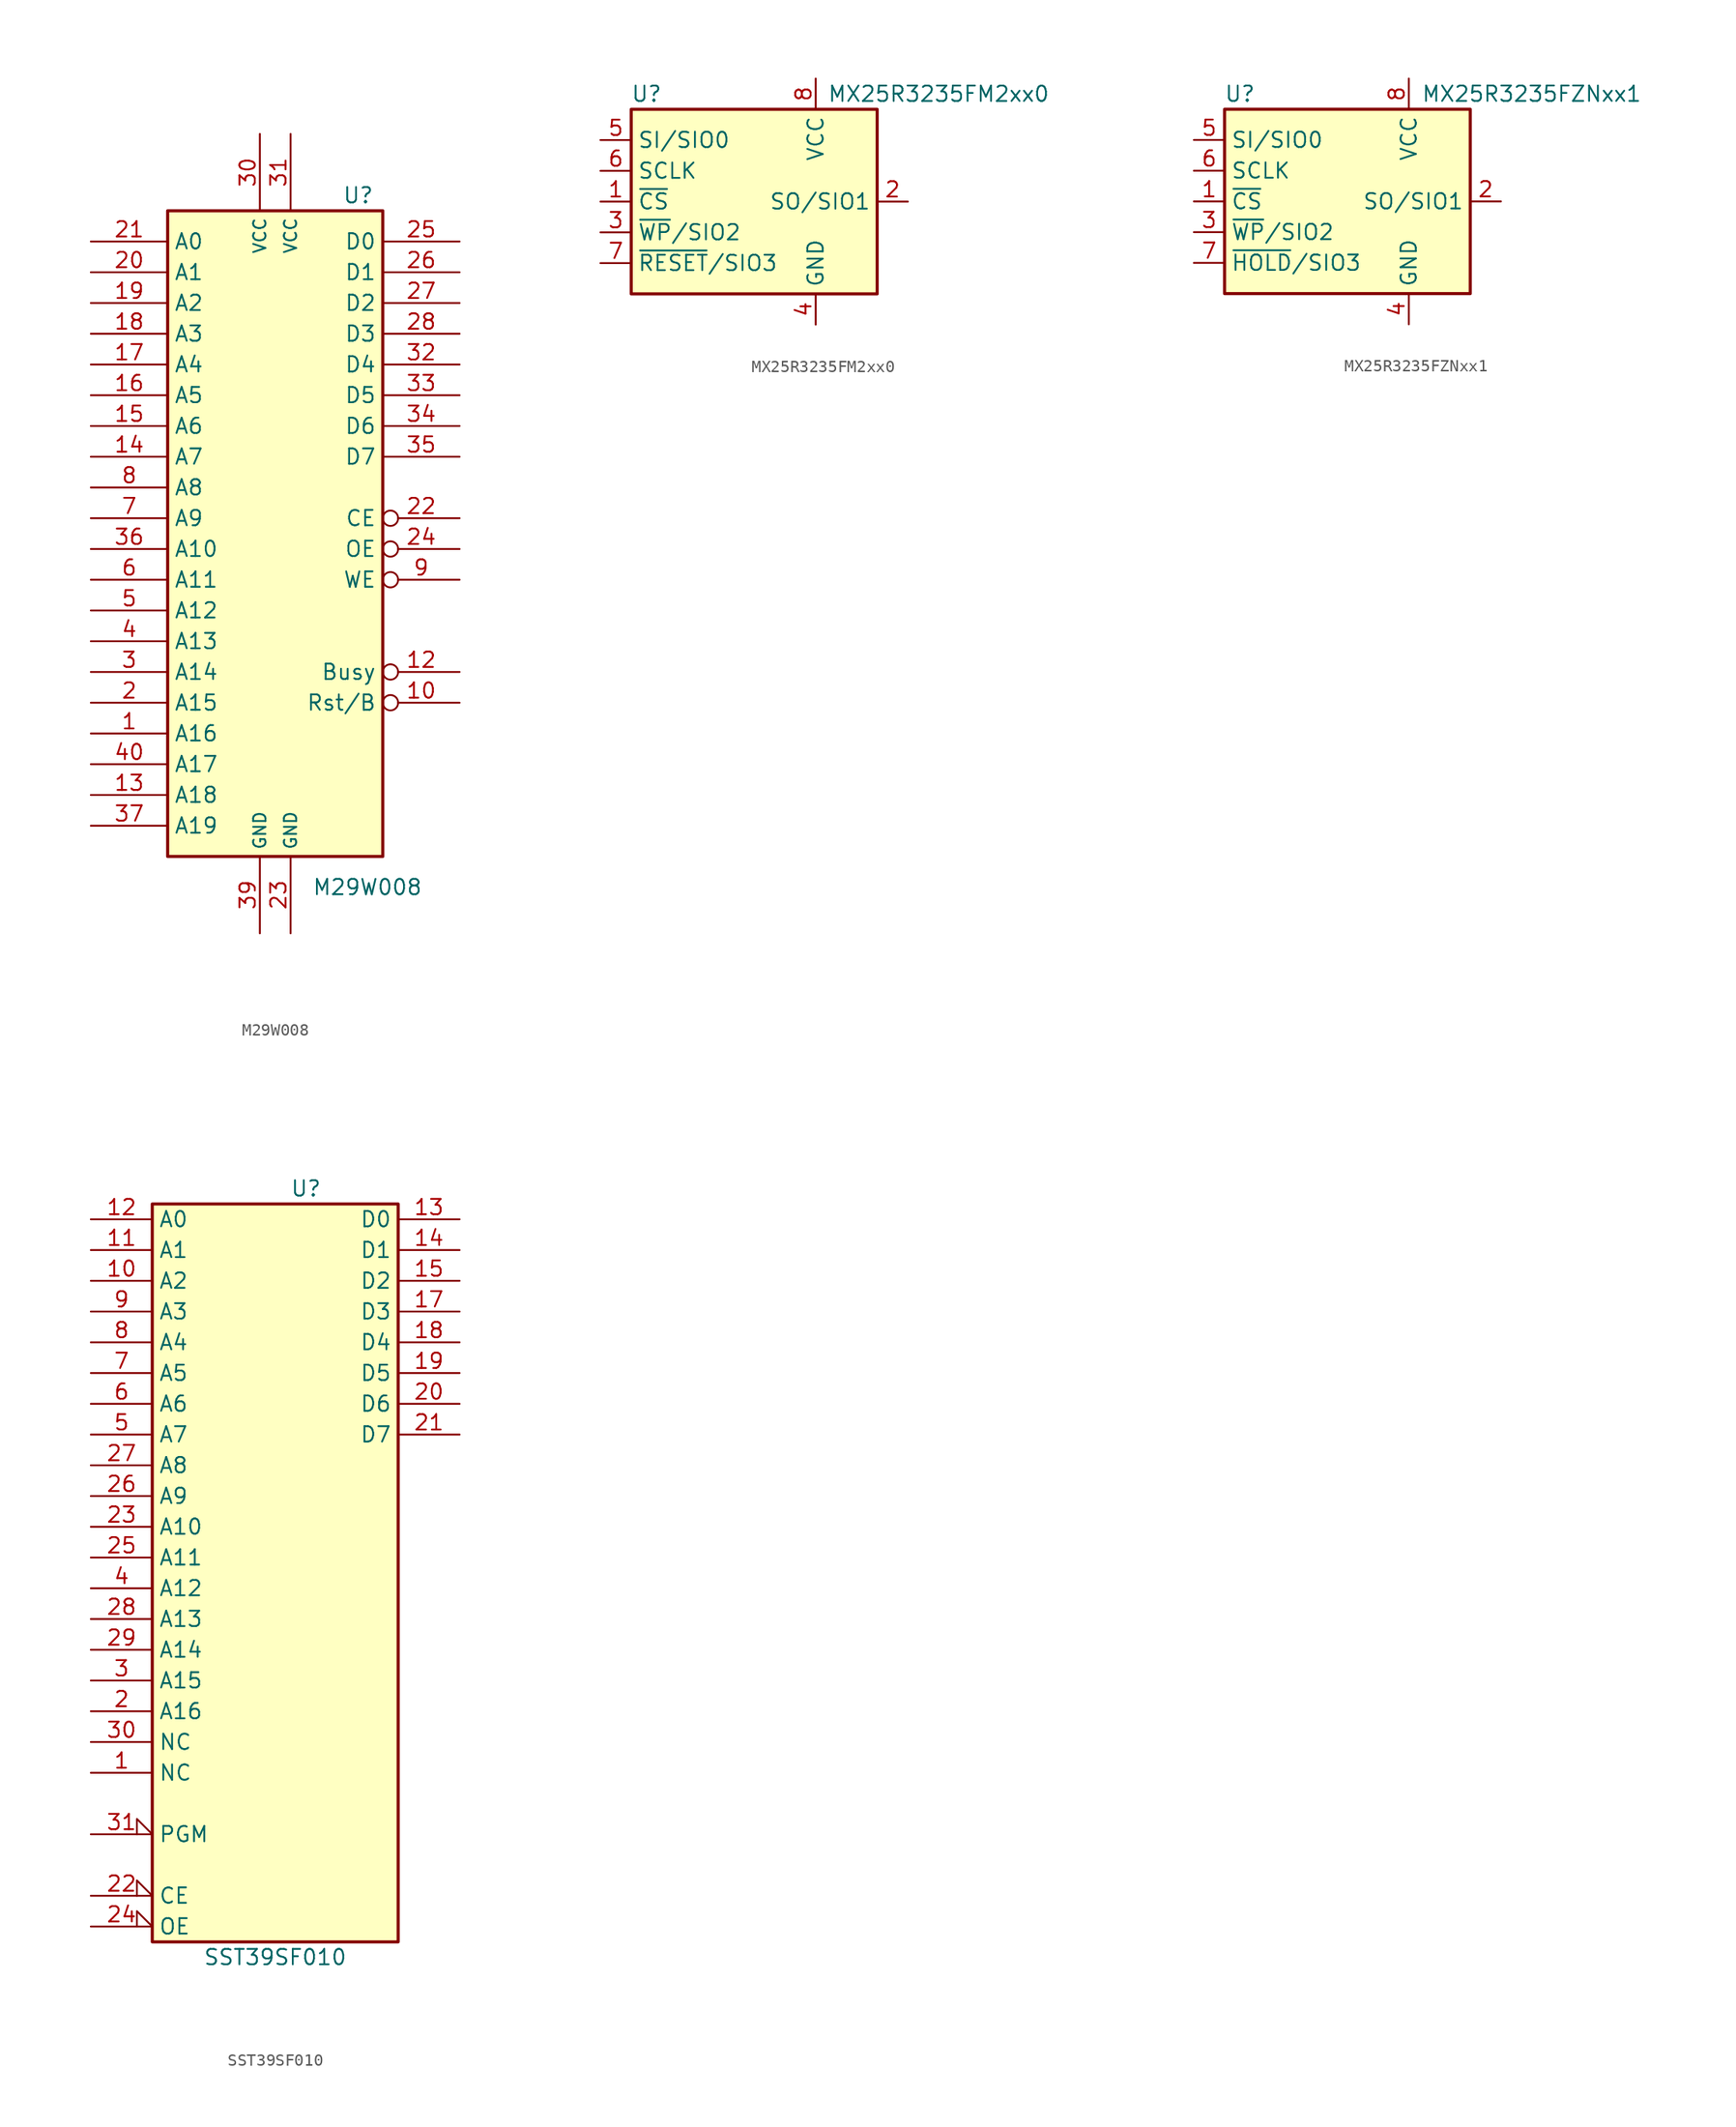
<source format=kicad_sym>
(kicad_symbol_lib
  (version 20211014)
  (generator kicad_symbol_editor)
  (symbol "M29W008"
    (property "Reference" "U"
      (at 6.858 27.94 0)
      (effects (font (size 1.27 1.27))))
    (property "Value" "M29W008"
      (at 7.62 -29.21 0)
      (effects (font (size 1.27 1.27))))
    (symbol "M29W008_0_1"
      (rectangle (start -8.89 26.67) (end 8.89 -26.67) (stroke (width 0.254) (type default) (color 0 0 0 0)) (fill (type background))))
    (symbol "M29W008_1_1"
      (pin input line (at -15.24 -16.51 0) (length 6.35) (name "A16" (effects (font (size 1.27 1.27)))) (number "1" (effects (font (size 1.27 1.27)))))
      (pin input inverted (at 15.24 -13.97 180) (length 6.35) (name "Rst/B" (effects (font (size 1.27 1.27)))) (number "10" (effects (font (size 1.27 1.27)))))
      (pin output inverted (at 15.24 -11.43 180) (length 6.35) (name "Busy" (effects (font (size 1.27 1.27)))) (number "12" (effects (font (size 1.27 1.27)))))
      (pin input line (at -15.24 -21.59 0) (length 6.35) (name "A18" (effects (font (size 1.27 1.27)))) (number "13" (effects (font (size 1.27 1.27)))))
      (pin input line (at -15.24 6.35 0) (length 6.35) (name "A7" (effects (font (size 1.27 1.27)))) (number "14" (effects (font (size 1.27 1.27)))))
      (pin input line (at -15.24 8.89 0) (length 6.35) (name "A6" (effects (font (size 1.27 1.27)))) (number "15" (effects (font (size 1.27 1.27)))))
      (pin input line (at -15.24 11.43 0) (length 6.35) (name "A5" (effects (font (size 1.27 1.27)))) (number "16" (effects (font (size 1.27 1.27)))))
      (pin input line (at -15.24 13.97 0) (length 6.35) (name "A4" (effects (font (size 1.27 1.27)))) (number "17" (effects (font (size 1.27 1.27)))))
      (pin input line (at -15.24 16.51 0) (length 6.35) (name "A3" (effects (font (size 1.27 1.27)))) (number "18" (effects (font (size 1.27 1.27)))))
      (pin input line (at -15.24 19.05 0) (length 6.35) (name "A2" (effects (font (size 1.27 1.27)))) (number "19" (effects (font (size 1.27 1.27)))))
      (pin input line (at -15.24 -13.97 0) (length 6.35) (name "A15" (effects (font (size 1.27 1.27)))) (number "2" (effects (font (size 1.27 1.27)))))
      (pin input line (at -15.24 21.59 0) (length 6.35) (name "A1" (effects (font (size 1.27 1.27)))) (number "20" (effects (font (size 1.27 1.27)))))
      (pin input line (at -15.24 24.13 0) (length 6.35) (name "A0" (effects (font (size 1.27 1.27)))) (number "21" (effects (font (size 1.27 1.27)))))
      (pin input inverted (at 15.24 1.27 180) (length 6.35) (name "CE" (effects (font (size 1.27 1.27)))) (number "22" (effects (font (size 1.27 1.27)))))
      (pin power_in line (at 1.27 -33.02 90) (length 6.35) (name "GND" (effects (font (size 1.016 1.016)))) (number "23" (effects (font (size 1.27 1.27)))))
      (pin input inverted (at 15.24 -1.27 180) (length 6.35) (name "OE" (effects (font (size 1.27 1.27)))) (number "24" (effects (font (size 1.27 1.27)))))
      (pin tri_state line (at 15.24 24.13 180) (length 6.35) (name "D0" (effects (font (size 1.27 1.27)))) (number "25" (effects (font (size 1.27 1.27)))))
      (pin tri_state line (at 15.24 21.59 180) (length 6.35) (name "D1" (effects (font (size 1.27 1.27)))) (number "26" (effects (font (size 1.27 1.27)))))
      (pin tri_state line (at 15.24 19.05 180) (length 6.35) (name "D2" (effects (font (size 1.27 1.27)))) (number "27" (effects (font (size 1.27 1.27)))))
      (pin tri_state line (at 15.24 16.51 180) (length 6.35) (name "D3" (effects (font (size 1.27 1.27)))) (number "28" (effects (font (size 1.27 1.27)))))
      (pin input line (at -15.24 -11.43 0) (length 6.35) (name "A14" (effects (font (size 1.27 1.27)))) (number "3" (effects (font (size 1.27 1.27)))))
      (pin power_in line (at -1.27 33.02 270) (length 6.35) (name "VCC" (effects (font (size 1.016 1.016)))) (number "30" (effects (font (size 1.27 1.27)))))
      (pin power_in line (at 1.27 33.02 270) (length 6.35) (name "VCC" (effects (font (size 1.016 1.016)))) (number "31" (effects (font (size 1.27 1.27)))))
      (pin tri_state line (at 15.24 13.97 180) (length 6.35) (name "D4" (effects (font (size 1.27 1.27)))) (number "32" (effects (font (size 1.27 1.27)))))
      (pin tri_state line (at 15.24 11.43 180) (length 6.35) (name "D5" (effects (font (size 1.27 1.27)))) (number "33" (effects (font (size 1.27 1.27)))))
      (pin tri_state line (at 15.24 8.89 180) (length 6.35) (name "D6" (effects (font (size 1.27 1.27)))) (number "34" (effects (font (size 1.27 1.27)))))
      (pin tri_state line (at 15.24 6.35 180) (length 6.35) (name "D7" (effects (font (size 1.27 1.27)))) (number "35" (effects (font (size 1.27 1.27)))))
      (pin input line (at -15.24 -1.27 0) (length 6.35) (name "A10" (effects (font (size 1.27 1.27)))) (number "36" (effects (font (size 1.27 1.27)))))
      (pin input line (at -15.24 -24.13 0) (length 6.35) (name "A19" (effects (font (size 1.27 1.27)))) (number "37" (effects (font (size 1.27 1.27)))))
      (pin power_in line (at -1.27 -33.02 90) (length 6.35) (name "GND" (effects (font (size 1.016 1.016)))) (number "39" (effects (font (size 1.27 1.27)))))
      (pin input line (at -15.24 -8.89 0) (length 6.35) (name "A13" (effects (font (size 1.27 1.27)))) (number "4" (effects (font (size 1.27 1.27)))))
      (pin input line (at -15.24 -19.05 0) (length 6.35) (name "A17" (effects (font (size 1.27 1.27)))) (number "40" (effects (font (size 1.27 1.27)))))
      (pin input line (at -15.24 -6.35 0) (length 6.35) (name "A12" (effects (font (size 1.27 1.27)))) (number "5" (effects (font (size 1.27 1.27)))))
      (pin input line (at -15.24 -3.81 0) (length 6.35) (name "A11" (effects (font (size 1.27 1.27)))) (number "6" (effects (font (size 1.27 1.27)))))
      (pin input line (at -15.24 1.27 0) (length 6.35) (name "A9" (effects (font (size 1.27 1.27)))) (number "7" (effects (font (size 1.27 1.27)))))
      (pin input line (at -15.24 3.81 0) (length 6.35) (name "A8" (effects (font (size 1.27 1.27)))) (number "8" (effects (font (size 1.27 1.27)))))
      (pin input inverted (at 15.24 -3.81 180) (length 6.35) (name "WE" (effects (font (size 1.27 1.27)))) (number "9" (effects (font (size 1.27 1.27)))))))
  (symbol "MX25R3235FM2xx0"
    (property "Reference" "U"
      (at -8.89 8.89 0)
      (effects (font (size 1.27 1.27))))
    (property "Value" "MX25R3235FM2xx0"
      (at 15.24 8.89 0)
      (effects (font (size 1.27 1.27))))
    (symbol "MX25R3235FM2xx0_1_1"
      (rectangle (start -10.16 7.62) (end 10.16 -7.62) (stroke (width 0.254) (type default) (color 0 0 0 0)) (fill (type background)))
      (pin input line (at -12.7 0 0) (length 2.54) (name "~{CS}" (effects (font (size 1.27 1.27)))) (number "1" (effects (font (size 1.27 1.27)))))
      (pin bidirectional line (at 12.7 0 180) (length 2.54) (name "SO/SIO1" (effects (font (size 1.27 1.27)))) (number "2" (effects (font (size 1.27 1.27)))))
      (pin bidirectional line (at -12.7 -2.54 0) (length 2.54) (name "~{WP}/SIO2" (effects (font (size 1.27 1.27)))) (number "3" (effects (font (size 1.27 1.27)))))
      (pin power_in line (at 5.08 -10.16 90) (length 2.54) (name "GND" (effects (font (size 1.27 1.27)))) (number "4" (effects (font (size 1.27 1.27)))))
      (pin bidirectional line (at -12.7 5.08 0) (length 2.54) (name "SI/SIO0" (effects (font (size 1.27 1.27)))) (number "5" (effects (font (size 1.27 1.27)))))
      (pin input line (at -12.7 2.54 0) (length 2.54) (name "SCLK" (effects (font (size 1.27 1.27)))) (number "6" (effects (font (size 1.27 1.27)))))
      (pin bidirectional line (at -12.7 -5.08 0) (length 2.54) (name "~{RESET}/SIO3" (effects (font (size 1.27 1.27)))) (number "7" (effects (font (size 1.27 1.27)))))
      (pin power_in line (at 5.08 10.16 270) (length 2.54) (name "VCC" (effects (font (size 1.27 1.27)))) (number "8" (effects (font (size 1.27 1.27)))))))
  (symbol "MX25R3235FZNxx1"
    (property "Reference" "U"
      (at -8.89 8.89 0)
      (effects (font (size 1.27 1.27))))
    (property "Value" "MX25R3235FZNxx1"
      (at 15.24 8.89 0)
      (effects (font (size 1.27 1.27))))
    (symbol "MX25R3235FZNxx1_1_1"
      (rectangle (start -10.16 7.62) (end 10.16 -7.62) (stroke (width 0.254) (type default) (color 0 0 0 0)) (fill (type background)))
      (pin input line (at -12.7 0 0) (length 2.54) (name "~{CS}" (effects (font (size 1.27 1.27)))) (number "1" (effects (font (size 1.27 1.27)))))
      (pin bidirectional line (at 12.7 0 180) (length 2.54) (name "SO/SIO1" (effects (font (size 1.27 1.27)))) (number "2" (effects (font (size 1.27 1.27)))))
      (pin bidirectional line (at -12.7 -2.54 0) (length 2.54) (name "~{WP}/SIO2" (effects (font (size 1.27 1.27)))) (number "3" (effects (font (size 1.27 1.27)))))
      (pin power_in line (at 5.08 -10.16 90) (length 2.54) (name "GND" (effects (font (size 1.27 1.27)))) (number "4" (effects (font (size 1.27 1.27)))))
      (pin bidirectional line (at -12.7 5.08 0) (length 2.54) (name "SI/SIO0" (effects (font (size 1.27 1.27)))) (number "5" (effects (font (size 1.27 1.27)))))
      (pin input line (at -12.7 2.54 0) (length 2.54) (name "SCLK" (effects (font (size 1.27 1.27)))) (number "6" (effects (font (size 1.27 1.27)))))
      (pin bidirectional line (at -12.7 -5.08 0) (length 2.54) (name "~{HOLD}/SIO3" (effects (font (size 1.27 1.27)))) (number "7" (effects (font (size 1.27 1.27)))))
      (pin power_in line (at 5.08 10.16 270) (length 2.54) (name "VCC" (effects (font (size 1.27 1.27)))) (number "8" (effects (font (size 1.27 1.27)))))
      (pin passive line (at 5.08 -10.16 90) (length 2.54) hide (name "GND" (effects (font (size 1.27 1.27)))) (number "9" (effects (font (size 1.27 1.27)))))))
  (symbol "SST39SF010"
    (property "Reference" "U"
      (at 2.54 33.02 0)
      (effects (font (size 1.27 1.27))))
    (property "Value" "SST39SF010"
      (at 0 -30.48 0)
      (effects (font (size 1.27 1.27))))
    (symbol "SST39SF010_0_0"
      (pin power_in line (at 0 -30.48 90) (length 1.27) hide (name "GND" (effects (font (size 1.27 1.27)))) (number "16" (effects (font (size 1.27 1.27)))))
      (pin power_in line (at 0 33.02 270) (length 1.27) hide (name "VCC" (effects (font (size 1.27 1.27)))) (number "32" (effects (font (size 1.27 1.27))))))
    (symbol "SST39SF010_0_1"
      (rectangle (start -10.16 31.75) (end 10.16 -29.21) (stroke (width 0.254) (type default) (color 0 0 0 0)) (fill (type background))))
    (symbol "SST39SF010_1_1"
      (pin input line (at -15.24 -15.24 0) (length 5.08) (name "NC" (effects (font (size 1.27 1.27)))) (number "1" (effects (font (size 1.27 1.27)))))
      (pin input line (at -15.24 25.4 0) (length 5.08) (name "A2" (effects (font (size 1.27 1.27)))) (number "10" (effects (font (size 1.27 1.27)))))
      (pin input line (at -15.24 27.94 0) (length 5.08) (name "A1" (effects (font (size 1.27 1.27)))) (number "11" (effects (font (size 1.27 1.27)))))
      (pin input line (at -15.24 30.48 0) (length 5.08) (name "A0" (effects (font (size 1.27 1.27)))) (number "12" (effects (font (size 1.27 1.27)))))
      (pin tri_state line (at 15.24 30.48 180) (length 5.08) (name "D0" (effects (font (size 1.27 1.27)))) (number "13" (effects (font (size 1.27 1.27)))))
      (pin tri_state line (at 15.24 27.94 180) (length 5.08) (name "D1" (effects (font (size 1.27 1.27)))) (number "14" (effects (font (size 1.27 1.27)))))
      (pin tri_state line (at 15.24 25.4 180) (length 5.08) (name "D2" (effects (font (size 1.27 1.27)))) (number "15" (effects (font (size 1.27 1.27)))))
      (pin tri_state line (at 15.24 22.86 180) (length 5.08) (name "D3" (effects (font (size 1.27 1.27)))) (number "17" (effects (font (size 1.27 1.27)))))
      (pin tri_state line (at 15.24 20.32 180) (length 5.08) (name "D4" (effects (font (size 1.27 1.27)))) (number "18" (effects (font (size 1.27 1.27)))))
      (pin tri_state line (at 15.24 17.78 180) (length 5.08) (name "D5" (effects (font (size 1.27 1.27)))) (number "19" (effects (font (size 1.27 1.27)))))
      (pin input line (at -15.24 -10.16 0) (length 5.08) (name "A16" (effects (font (size 1.27 1.27)))) (number "2" (effects (font (size 1.27 1.27)))))
      (pin tri_state line (at 15.24 15.24 180) (length 5.08) (name "D6" (effects (font (size 1.27 1.27)))) (number "20" (effects (font (size 1.27 1.27)))))
      (pin tri_state line (at 15.24 12.7 180) (length 5.08) (name "D7" (effects (font (size 1.27 1.27)))) (number "21" (effects (font (size 1.27 1.27)))))
      (pin input input_low (at -15.24 -25.4 0) (length 5.08) (name "CE" (effects (font (size 1.27 1.27)))) (number "22" (effects (font (size 1.27 1.27)))))
      (pin input line (at -15.24 5.08 0) (length 5.08) (name "A10" (effects (font (size 1.27 1.27)))) (number "23" (effects (font (size 1.27 1.27)))))
      (pin input input_low (at -15.24 -27.94 0) (length 5.08) (name "OE" (effects (font (size 1.27 1.27)))) (number "24" (effects (font (size 1.27 1.27)))))
      (pin input line (at -15.24 2.54 0) (length 5.08) (name "A11" (effects (font (size 1.27 1.27)))) (number "25" (effects (font (size 1.27 1.27)))))
      (pin input line (at -15.24 7.62 0) (length 5.08) (name "A9" (effects (font (size 1.27 1.27)))) (number "26" (effects (font (size 1.27 1.27)))))
      (pin input line (at -15.24 10.16 0) (length 5.08) (name "A8" (effects (font (size 1.27 1.27)))) (number "27" (effects (font (size 1.27 1.27)))))
      (pin input line (at -15.24 -2.54 0) (length 5.08) (name "A13" (effects (font (size 1.27 1.27)))) (number "28" (effects (font (size 1.27 1.27)))))
      (pin input line (at -15.24 -5.08 0) (length 5.08) (name "A14" (effects (font (size 1.27 1.27)))) (number "29" (effects (font (size 1.27 1.27)))))
      (pin input line (at -15.24 -7.62 0) (length 5.08) (name "A15" (effects (font (size 1.27 1.27)))) (number "3" (effects (font (size 1.27 1.27)))))
      (pin input line (at -15.24 -12.7 0) (length 5.08) (name "NC" (effects (font (size 1.27 1.27)))) (number "30" (effects (font (size 1.27 1.27)))))
      (pin input input_low (at -15.24 -20.32 0) (length 5.08) (name "PGM" (effects (font (size 1.27 1.27)))) (number "31" (effects (font (size 1.27 1.27)))))
      (pin input line (at -15.24 0 0) (length 5.08) (name "A12" (effects (font (size 1.27 1.27)))) (number "4" (effects (font (size 1.27 1.27)))))
      (pin input line (at -15.24 12.7 0) (length 5.08) (name "A7" (effects (font (size 1.27 1.27)))) (number "5" (effects (font (size 1.27 1.27)))))
      (pin input line (at -15.24 15.24 0) (length 5.08) (name "A6" (effects (font (size 1.27 1.27)))) (number "6" (effects (font (size 1.27 1.27)))))
      (pin input line (at -15.24 17.78 0) (length 5.08) (name "A5" (effects (font (size 1.27 1.27)))) (number "7" (effects (font (size 1.27 1.27)))))
      (pin input line (at -15.24 20.32 0) (length 5.08) (name "A4" (effects (font (size 1.27 1.27)))) (number "8" (effects (font (size 1.27 1.27)))))
      (pin input line (at -15.24 22.86 0) (length 5.08) (name "A3" (effects (font (size 1.27 1.27)))) (number "9" (effects (font (size 1.27 1.27))))))))
</source>
